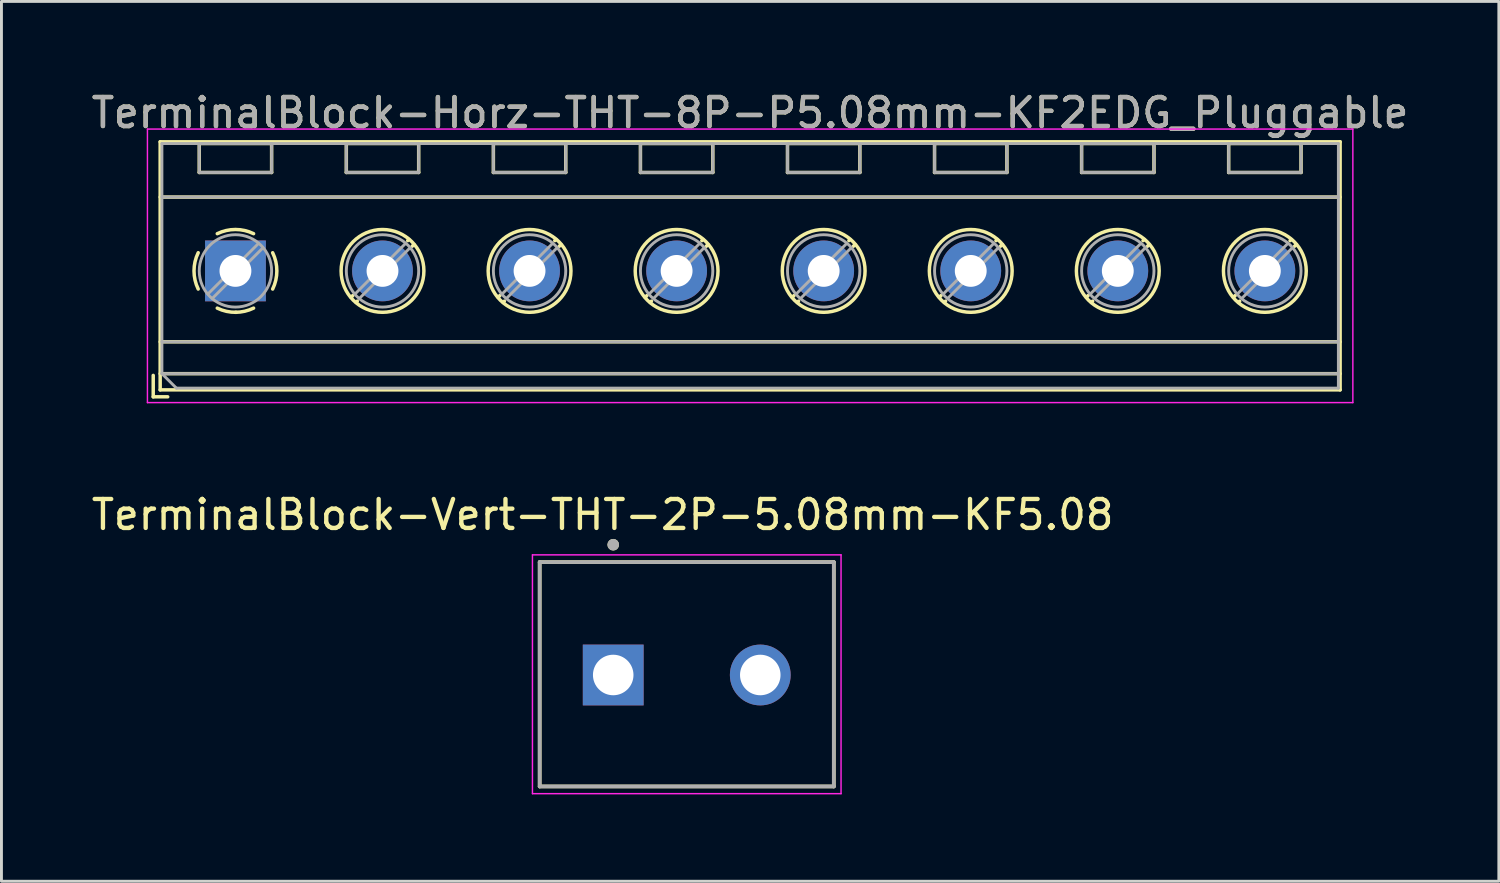
<source format=kicad_pcb>
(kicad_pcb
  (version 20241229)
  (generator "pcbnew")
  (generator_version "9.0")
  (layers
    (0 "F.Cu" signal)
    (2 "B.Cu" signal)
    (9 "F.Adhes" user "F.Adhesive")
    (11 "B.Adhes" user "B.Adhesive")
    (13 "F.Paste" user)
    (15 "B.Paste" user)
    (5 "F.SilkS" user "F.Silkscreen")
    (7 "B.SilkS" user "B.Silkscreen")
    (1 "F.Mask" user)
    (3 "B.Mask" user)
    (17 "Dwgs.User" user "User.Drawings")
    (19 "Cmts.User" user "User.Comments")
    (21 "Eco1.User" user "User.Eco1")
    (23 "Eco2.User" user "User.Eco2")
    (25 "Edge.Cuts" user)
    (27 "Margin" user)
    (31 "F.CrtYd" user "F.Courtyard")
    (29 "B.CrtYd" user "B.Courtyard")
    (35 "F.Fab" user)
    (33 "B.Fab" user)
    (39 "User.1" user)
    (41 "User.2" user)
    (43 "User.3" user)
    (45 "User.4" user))
  (footprint "TerminalBlock-Vert-THT-2P-5.08mm-KF5.08"
    (layer "F.Cu")
    (at 20.673 20.267)
    (property "Reference" "TerminalBlock-Vert-THT-2P-5.08mm-KF5.08" (at -2.905 -5.535 0) (layer "F.SilkS") (effects (font (size 1 1) (thickness 0.15))))
    (attr through_hole)
    (fp_line (start -5.08 -3.9) (end 5.08 -3.9) (stroke (width 0.127) (type solid)) (layer "F.SilkS"))
    (fp_line (start -5.08 3.85) (end -5.08 -3.9) (stroke (width 0.127) (type solid)) (layer "F.SilkS"))
    (fp_line (start 5.08 -3.9) (end 5.08 3.85) (stroke (width 0.127) (type solid)) (layer "F.SilkS"))
    (fp_line (start 5.08 3.85) (end -5.08 3.85) (stroke (width 0.127) (type solid)) (layer "F.SilkS"))
    (fp_circle (center -2.54 -4.5) (end -2.44 -4.5) (stroke (width 0.2) (type solid)) (fill no) (layer "F.SilkS"))
    (fp_line (start -5.33 -4.15) (end 5.33 -4.15) (stroke (width 0.05) (type solid)) (layer "F.CrtYd"))
    (fp_line (start -5.33 4.1) (end -5.33 -4.15) (stroke (width 0.05) (type solid)) (layer "F.CrtYd"))
    (fp_line (start 5.33 -4.15) (end 5.33 4.1) (stroke (width 0.05) (type solid)) (layer "F.CrtYd"))
    (fp_line (start 5.33 4.1) (end -5.33 4.1) (stroke (width 0.05) (type solid)) (layer "F.CrtYd"))
    (fp_line (start -5.08 -3.9) (end 5.08 -3.9) (stroke (width 0.127) (type solid)) (layer "F.Fab"))
    (fp_line (start -5.08 3.85) (end -5.08 -3.9) (stroke (width 0.127) (type solid)) (layer "F.Fab"))
    (fp_line (start 5.08 -3.9) (end 5.08 3.85) (stroke (width 0.127) (type solid)) (layer "F.Fab"))
    (fp_line (start 5.08 3.85) (end -5.08 3.85) (stroke (width 0.127) (type solid)) (layer "F.Fab"))
    (fp_circle (center -2.54 -4.5) (end -2.44 -4.5) (stroke (width 0.2) (type solid)) (fill no) (layer "F.Fab"))
    (pad "1" thru_hole rect (at -2.54 0) (size 2.1 2.1) (drill 1.4) (layers "*.Cu" "*.Mask"))
    (pad "2" thru_hole circle (at 2.54 0) (size 2.1 2.1) (drill 1.4) (layers "*.Cu" "*.Mask")))
  (footprint "TerminalBlock-Horz-THT-8P-P5.08mm-KF2EDG_Pluggable"
    (layer "F.Cu")
    (at 5.083 6.308)
    (property "Reference" "TerminalBlock-Horz-THT-8P-P5.08mm-KF2EDG_Pluggable" (at 17.78 -5.46 0) (layer "F.SilkS") (effects (font (size 1 1) (thickness 0.15))))
    (attr through_hole)
    (fp_line (start -2.84 3.61) (end -2.84 4.35) (stroke (width 0.12) (type solid)) (layer "F.SilkS"))
    (fp_line (start -2.84 4.35) (end -2.34 4.35) (stroke (width 0.12) (type solid)) (layer "F.SilkS"))
    (fp_line (start -2.6 -4.46) (end -2.6 4.11) (stroke (width 0.12) (type solid)) (layer "F.SilkS"))
    (fp_line (start -2.6 -4.46) (end 38.16 -4.46) (stroke (width 0.12) (type solid)) (layer "F.SilkS"))
    (fp_line (start -2.6 -2.55) (end 38.16 -2.55) (stroke (width 0.12) (type solid)) (layer "F.SilkS"))
    (fp_line (start -2.6 2.45) (end 38.16 2.45) (stroke (width 0.12) (type solid)) (layer "F.SilkS"))
    (fp_line (start -2.6 3.55) (end 38.16 3.55) (stroke (width 0.12) (type solid)) (layer "F.SilkS"))
    (fp_line (start -2.6 4.11) (end 38.16 4.11) (stroke (width 0.12) (type solid)) (layer "F.SilkS"))
    (fp_line (start -1.25 -4.4) (end -1.25 -3.4) (stroke (width 0.12) (type solid)) (layer "F.SilkS"))
    (fp_line (start -1.25 -4.4) (end 1.25 -4.4) (stroke (width 0.12) (type solid)) (layer "F.SilkS"))
    (fp_line (start -1.25 -3.4) (end 1.25 -3.4) (stroke (width 0.12) (type solid)) (layer "F.SilkS"))
    (fp_line (start 1.25 -4.4) (end 1.25 -3.4) (stroke (width 0.12) (type solid)) (layer "F.SilkS"))
    (fp_line (start 3.83 -4.4) (end 3.83 -3.4) (stroke (width 0.12) (type solid)) (layer "F.SilkS"))
    (fp_line (start 3.83 -4.4) (end 6.33 -4.4) (stroke (width 0.12) (type solid)) (layer "F.SilkS"))
    (fp_line (start 3.83 -3.4) (end 6.33 -3.4) (stroke (width 0.12) (type solid)) (layer "F.SilkS"))
    (fp_line (start 4.056 0.85) (end 3.996 0.91) (stroke (width 0.12) (type solid)) (layer "F.SilkS"))
    (fp_line (start 4.21 1.045) (end 4.17 1.085) (stroke (width 0.12) (type solid)) (layer "F.SilkS"))
    (fp_line (start 5.991 -1.085) (end 5.951 -1.045) (stroke (width 0.12) (type solid)) (layer "F.SilkS"))
    (fp_line (start 6.165 -0.91) (end 6.105 -0.851) (stroke (width 0.12) (type solid)) (layer "F.SilkS"))
    (fp_line (start 6.33 -4.4) (end 6.33 -3.4) (stroke (width 0.12) (type solid)) (layer "F.SilkS"))
    (fp_line (start 8.91 -4.4) (end 8.91 -3.4) (stroke (width 0.12) (type solid)) (layer "F.SilkS"))
    (fp_line (start 8.91 -4.4) (end 11.41 -4.4) (stroke (width 0.12) (type solid)) (layer "F.SilkS"))
    (fp_line (start 8.91 -3.4) (end 11.41 -3.4) (stroke (width 0.12) (type solid)) (layer "F.SilkS"))
    (fp_line (start 9.136 0.85) (end 9.076 0.91) (stroke (width 0.12) (type solid)) (layer "F.SilkS"))
    (fp_line (start 9.29 1.045) (end 9.25 1.085) (stroke (width 0.12) (type solid)) (layer "F.SilkS"))
    (fp_line (start 11.071 -1.085) (end 11.031 -1.045) (stroke (width 0.12) (type solid)) (layer "F.SilkS"))
    (fp_line (start 11.245 -0.91) (end 11.185 -0.851) (stroke (width 0.12) (type solid)) (layer "F.SilkS"))
    (fp_line (start 11.41 -4.4) (end 11.41 -3.4) (stroke (width 0.12) (type solid)) (layer "F.SilkS"))
    (fp_line (start 13.99 -4.4) (end 13.99 -3.4) (stroke (width 0.12) (type solid)) (layer "F.SilkS"))
    (fp_line (start 13.99 -4.4) (end 16.49 -4.4) (stroke (width 0.12) (type solid)) (layer "F.SilkS"))
    (fp_line (start 13.99 -3.4) (end 16.49 -3.4) (stroke (width 0.12) (type solid)) (layer "F.SilkS"))
    (fp_line (start 14.216 0.85) (end 14.156 0.91) (stroke (width 0.12) (type solid)) (layer "F.SilkS"))
    (fp_line (start 14.37 1.045) (end 14.33 1.085) (stroke (width 0.12) (type solid)) (layer "F.SilkS"))
    (fp_line (start 16.151 -1.085) (end 16.111 -1.045) (stroke (width 0.12) (type solid)) (layer "F.SilkS"))
    (fp_line (start 16.325 -0.91) (end 16.265 -0.851) (stroke (width 0.12) (type solid)) (layer "F.SilkS"))
    (fp_line (start 16.49 -4.4) (end 16.49 -3.4) (stroke (width 0.12) (type solid)) (layer "F.SilkS"))
    (fp_line (start 19.07 -4.4) (end 19.07 -3.4) (stroke (width 0.12) (type solid)) (layer "F.SilkS"))
    (fp_line (start 19.07 -4.4) (end 21.57 -4.4) (stroke (width 0.12) (type solid)) (layer "F.SilkS"))
    (fp_line (start 19.07 -3.4) (end 21.57 -3.4) (stroke (width 0.12) (type solid)) (layer "F.SilkS"))
    (fp_line (start 19.296 0.85) (end 19.236 0.91) (stroke (width 0.12) (type solid)) (layer "F.SilkS"))
    (fp_line (start 19.45 1.045) (end 19.41 1.085) (stroke (width 0.12) (type solid)) (layer "F.SilkS"))
    (fp_line (start 21.231 -1.085) (end 21.191 -1.045) (stroke (width 0.12) (type solid)) (layer "F.SilkS"))
    (fp_line (start 21.405 -0.91) (end 21.345 -0.851) (stroke (width 0.12) (type solid)) (layer "F.SilkS"))
    (fp_line (start 21.57 -4.4) (end 21.57 -3.4) (stroke (width 0.12) (type solid)) (layer "F.SilkS"))
    (fp_line (start 24.15 -4.4) (end 24.15 -3.4) (stroke (width 0.12) (type solid)) (layer "F.SilkS"))
    (fp_line (start 24.15 -4.4) (end 26.65 -4.4) (stroke (width 0.12) (type solid)) (layer "F.SilkS"))
    (fp_line (start 24.15 -3.4) (end 26.65 -3.4) (stroke (width 0.12) (type solid)) (layer "F.SilkS"))
    (fp_line (start 24.376 0.85) (end 24.316 0.91) (stroke (width 0.12) (type solid)) (layer "F.SilkS"))
    (fp_line (start 24.53 1.045) (end 24.49 1.085) (stroke (width 0.12) (type solid)) (layer "F.SilkS"))
    (fp_line (start 26.311 -1.085) (end 26.271 -1.045) (stroke (width 0.12) (type solid)) (layer "F.SilkS"))
    (fp_line (start 26.485 -0.91) (end 26.425 -0.851) (stroke (width 0.12) (type solid)) (layer "F.SilkS"))
    (fp_line (start 26.65 -4.4) (end 26.65 -3.4) (stroke (width 0.12) (type solid)) (layer "F.SilkS"))
    (fp_line (start 29.23 -4.4) (end 29.23 -3.4) (stroke (width 0.12) (type solid)) (layer "F.SilkS"))
    (fp_line (start 29.23 -4.4) (end 31.73 -4.4) (stroke (width 0.12) (type solid)) (layer "F.SilkS"))
    (fp_line (start 29.23 -3.4) (end 31.73 -3.4) (stroke (width 0.12) (type solid)) (layer "F.SilkS"))
    (fp_line (start 29.456 0.85) (end 29.396 0.91) (stroke (width 0.12) (type solid)) (layer "F.SilkS"))
    (fp_line (start 29.61 1.045) (end 29.57 1.085) (stroke (width 0.12) (type solid)) (layer "F.SilkS"))
    (fp_line (start 31.391 -1.085) (end 31.351 -1.045) (stroke (width 0.12) (type solid)) (layer "F.SilkS"))
    (fp_line (start 31.565 -0.91) (end 31.505 -0.851) (stroke (width 0.12) (type solid)) (layer "F.SilkS"))
    (fp_line (start 31.73 -4.4) (end 31.73 -3.4) (stroke (width 0.12) (type solid)) (layer "F.SilkS"))
    (fp_line (start 34.31 -4.4) (end 34.31 -3.4) (stroke (width 0.12) (type solid)) (layer "F.SilkS"))
    (fp_line (start 34.31 -4.4) (end 36.81 -4.4) (stroke (width 0.12) (type solid)) (layer "F.SilkS"))
    (fp_line (start 34.31 -3.4) (end 36.81 -3.4) (stroke (width 0.12) (type solid)) (layer "F.SilkS"))
    (fp_line (start 34.536 0.85) (end 34.476 0.91) (stroke (width 0.12) (type solid)) (layer "F.SilkS"))
    (fp_line (start 34.69 1.045) (end 34.65 1.085) (stroke (width 0.12) (type solid)) (layer "F.SilkS"))
    (fp_line (start 36.471 -1.085) (end 36.431 -1.045) (stroke (width 0.12) (type solid)) (layer "F.SilkS"))
    (fp_line (start 36.645 -0.91) (end 36.585 -0.851) (stroke (width 0.12) (type solid)) (layer "F.SilkS"))
    (fp_line (start 36.81 -4.4) (end 36.81 -3.4) (stroke (width 0.12) (type solid)) (layer "F.SilkS"))
    (fp_line (start 38.16 -4.46) (end 38.16 4.11) (stroke (width 0.12) (type solid)) (layer "F.SilkS"))
    (fp_arc (start -1.286611 0.626746) (mid -1.431146 -0.000697) (end -1.286 -0.628) (stroke (width 0.12) (type solid)) (layer "F.SilkS"))
    (fp_arc (start -0.627362 -1.285823) (mid -0.000201 -1.430707) (end 0.627 -1.286) (stroke (width 0.12) (type solid)) (layer "F.SilkS"))
    (fp_arc (start 0.02428 1.43094) (mid -0.310437 1.397071) (end -0.628 1.286) (stroke (width 0.12) (type solid)) (layer "F.SilkS"))
    (fp_arc (start 0.626871 1.285275) (mid 0.32168 1.393349) (end 0 1.43) (stroke (width 0.12) (type solid)) (layer "F.SilkS"))
    (fp_arc (start 1.285823 -0.627362) (mid 1.430707 -0.000201) (end 1.286 0.627) (stroke (width 0.12) (type solid)) (layer "F.SilkS"))
    (fp_circle (center 5.08 0) (end 6.51 0) (stroke (width 0.12) (type solid)) (fill no) (layer "F.SilkS"))
    (fp_circle (center 10.16 0) (end 11.59 0) (stroke (width 0.12) (type solid)) (fill no) (layer "F.SilkS"))
    (fp_circle (center 15.24 0) (end 16.67 0) (stroke (width 0.12) (type solid)) (fill no) (layer "F.SilkS"))
    (fp_circle (center 20.32 0) (end 21.75 0) (stroke (width 0.12) (type solid)) (fill no) (layer "F.SilkS"))
    (fp_circle (center 25.4 0) (end 26.83 0) (stroke (width 0.12) (type solid)) (fill no) (layer "F.SilkS"))
    (fp_circle (center 30.48 0) (end 31.91 0) (stroke (width 0.12) (type solid)) (fill no) (layer "F.SilkS"))
    (fp_circle (center 35.56 0) (end 36.99 0) (stroke (width 0.12) (type solid)) (fill no) (layer "F.SilkS"))
    (fp_line (start -3.04 -4.9) (end -3.04 4.55) (stroke (width 0.05) (type solid)) (layer "F.CrtYd"))
    (fp_line (start -3.04 4.55) (end 38.6 4.55) (stroke (width 0.05) (type solid)) (layer "F.CrtYd"))
    (fp_line (start 38.6 -4.9) (end -3.04 -4.9) (stroke (width 0.05) (type solid)) (layer "F.CrtYd"))
    (fp_line (start 38.6 4.55) (end 38.6 -4.9) (stroke (width 0.05) (type solid)) (layer "F.CrtYd"))
    (fp_line (start -2.54 -4.4) (end 38.1 -4.4) (stroke (width 0.1) (type solid)) (layer "F.Fab"))
    (fp_line (start -2.54 -2.55) (end 38.1 -2.55) (stroke (width 0.1) (type solid)) (layer "F.Fab"))
    (fp_line (start -2.54 2.45) (end 38.1 2.45) (stroke (width 0.1) (type solid)) (layer "F.Fab"))
    (fp_line (start -2.54 3.55) (end -2.54 -4.4) (stroke (width 0.1) (type solid)) (layer "F.Fab"))
    (fp_line (start -2.54 3.55) (end 38.1 3.55) (stroke (width 0.1) (type solid)) (layer "F.Fab"))
    (fp_line (start -2.04 4.05) (end -2.54 3.55) (stroke (width 0.1) (type solid)) (layer "F.Fab"))
    (fp_line (start -1.25 -4.4) (end -1.25 -3.4) (stroke (width 0.1) (type solid)) (layer "F.Fab"))
    (fp_line (start -1.25 -3.4) (end 1.25 -3.4) (stroke (width 0.1) (type solid)) (layer "F.Fab"))
    (fp_line (start 0.796 -0.948) (end -0.949 0.796) (stroke (width 0.1) (type solid)) (layer "F.Fab"))
    (fp_line (start 0.949 -0.796) (end -0.796 0.948) (stroke (width 0.1) (type solid)) (layer "F.Fab"))
    (fp_line (start 1.25 -4.4) (end -1.25 -4.4) (stroke (width 0.1) (type solid)) (layer "F.Fab"))
    (fp_line (start 1.25 -3.4) (end 1.25 -4.4) (stroke (width 0.1) (type solid)) (layer "F.Fab"))
    (fp_line (start 3.83 -4.4) (end 3.83 -3.4) (stroke (width 0.1) (type solid)) (layer "F.Fab"))
    (fp_line (start 3.83 -3.4) (end 6.33 -3.4) (stroke (width 0.1) (type solid)) (layer "F.Fab"))
    (fp_line (start 5.876 -0.948) (end 4.132 0.796) (stroke (width 0.1) (type solid)) (layer "F.Fab"))
    (fp_line (start 6.029 -0.796) (end 4.285 0.948) (stroke (width 0.1) (type solid)) (layer "F.Fab"))
    (fp_line (start 6.33 -4.4) (end 3.83 -4.4) (stroke (width 0.1) (type solid)) (layer "F.Fab"))
    (fp_line (start 6.33 -3.4) (end 6.33 -4.4) (stroke (width 0.1) (type solid)) (layer "F.Fab"))
    (fp_line (start 8.91 -4.4) (end 8.91 -3.4) (stroke (width 0.1) (type solid)) (layer "F.Fab"))
    (fp_line (start 8.91 -3.4) (end 11.41 -3.4) (stroke (width 0.1) (type solid)) (layer "F.Fab"))
    (fp_line (start 10.956 -0.948) (end 9.212 0.796) (stroke (width 0.1) (type solid)) (layer "F.Fab"))
    (fp_line (start 11.109 -0.796) (end 9.365 0.948) (stroke (width 0.1) (type solid)) (layer "F.Fab"))
    (fp_line (start 11.41 -4.4) (end 8.91 -4.4) (stroke (width 0.1) (type solid)) (layer "F.Fab"))
    (fp_line (start 11.41 -3.4) (end 11.41 -4.4) (stroke (width 0.1) (type solid)) (layer "F.Fab"))
    (fp_line (start 13.99 -4.4) (end 13.99 -3.4) (stroke (width 0.1) (type solid)) (layer "F.Fab"))
    (fp_line (start 13.99 -3.4) (end 16.49 -3.4) (stroke (width 0.1) (type solid)) (layer "F.Fab"))
    (fp_line (start 16.036 -0.948) (end 14.292 0.796) (stroke (width 0.1) (type solid)) (layer "F.Fab"))
    (fp_line (start 16.189 -0.796) (end 14.445 0.948) (stroke (width 0.1) (type solid)) (layer "F.Fab"))
    (fp_line (start 16.49 -4.4) (end 13.99 -4.4) (stroke (width 0.1) (type solid)) (layer "F.Fab"))
    (fp_line (start 16.49 -3.4) (end 16.49 -4.4) (stroke (width 0.1) (type solid)) (layer "F.Fab"))
    (fp_line (start 19.07 -4.4) (end 19.07 -3.4) (stroke (width 0.1) (type solid)) (layer "F.Fab"))
    (fp_line (start 19.07 -3.4) (end 21.57 -3.4) (stroke (width 0.1) (type solid)) (layer "F.Fab"))
    (fp_line (start 21.116 -0.948) (end 19.372 0.796) (stroke (width 0.1) (type solid)) (layer "F.Fab"))
    (fp_line (start 21.269 -0.796) (end 19.525 0.948) (stroke (width 0.1) (type solid)) (layer "F.Fab"))
    (fp_line (start 21.57 -4.4) (end 19.07 -4.4) (stroke (width 0.1) (type solid)) (layer "F.Fab"))
    (fp_line (start 21.57 -3.4) (end 21.57 -4.4) (stroke (width 0.1) (type solid)) (layer "F.Fab"))
    (fp_line (start 24.15 -4.4) (end 24.15 -3.4) (stroke (width 0.1) (type solid)) (layer "F.Fab"))
    (fp_line (start 24.15 -3.4) (end 26.65 -3.4) (stroke (width 0.1) (type solid)) (layer "F.Fab"))
    (fp_line (start 26.196 -0.948) (end 24.452 0.796) (stroke (width 0.1) (type solid)) (layer "F.Fab"))
    (fp_line (start 26.349 -0.796) (end 24.605 0.948) (stroke (width 0.1) (type solid)) (layer "F.Fab"))
    (fp_line (start 26.65 -4.4) (end 24.15 -4.4) (stroke (width 0.1) (type solid)) (layer "F.Fab"))
    (fp_line (start 26.65 -3.4) (end 26.65 -4.4) (stroke (width 0.1) (type solid)) (layer "F.Fab"))
    (fp_line (start 29.23 -4.4) (end 29.23 -3.4) (stroke (width 0.1) (type solid)) (layer "F.Fab"))
    (fp_line (start 29.23 -3.4) (end 31.73 -3.4) (stroke (width 0.1) (type solid)) (layer "F.Fab"))
    (fp_line (start 31.276 -0.948) (end 29.532 0.796) (stroke (width 0.1) (type solid)) (layer "F.Fab"))
    (fp_line (start 31.429 -0.796) (end 29.685 0.948) (stroke (width 0.1) (type solid)) (layer "F.Fab"))
    (fp_line (start 31.73 -4.4) (end 29.23 -4.4) (stroke (width 0.1) (type solid)) (layer "F.Fab"))
    (fp_line (start 31.73 -3.4) (end 31.73 -4.4) (stroke (width 0.1) (type solid)) (layer "F.Fab"))
    (fp_line (start 34.31 -4.4) (end 34.31 -3.4) (stroke (width 0.1) (type solid)) (layer "F.Fab"))
    (fp_line (start 34.31 -3.4) (end 36.81 -3.4) (stroke (width 0.1) (type solid)) (layer "F.Fab"))
    (fp_line (start 36.356 -0.948) (end 34.612 0.796) (stroke (width 0.1) (type solid)) (layer "F.Fab"))
    (fp_line (start 36.509 -0.796) (end 34.765 0.948) (stroke (width 0.1) (type solid)) (layer "F.Fab"))
    (fp_line (start 36.81 -4.4) (end 34.31 -4.4) (stroke (width 0.1) (type solid)) (layer "F.Fab"))
    (fp_line (start 36.81 -3.4) (end 36.81 -4.4) (stroke (width 0.1) (type solid)) (layer "F.Fab"))
    (fp_line (start 38.1 -4.4) (end 38.1 4.05) (stroke (width 0.1) (type solid)) (layer "F.Fab"))
    (fp_line (start 38.1 4.05) (end -2.04 4.05) (stroke (width 0.1) (type solid)) (layer "F.Fab"))
    (fp_circle (center 0 0) (end 1.25 0) (stroke (width 0.1) (type solid)) (fill no) (layer "F.Fab"))
    (fp_circle (center 5.08 0) (end 6.33 0) (stroke (width 0.1) (type solid)) (fill no) (layer "F.Fab"))
    (fp_circle (center 10.16 0) (end 11.41 0) (stroke (width 0.1) (type solid)) (fill no) (layer "F.Fab"))
    (fp_circle (center 15.24 0) (end 16.49 0) (stroke (width 0.1) (type solid)) (fill no) (layer "F.Fab"))
    (fp_circle (center 20.32 0) (end 21.57 0) (stroke (width 0.1) (type solid)) (fill no) (layer "F.Fab"))
    (fp_circle (center 25.4 0) (end 26.65 0) (stroke (width 0.1) (type solid)) (fill no) (layer "F.Fab"))
    (fp_circle (center 30.48 0) (end 31.73 0) (stroke (width 0.1) (type solid)) (fill no) (layer "F.Fab"))
    (fp_circle (center 35.56 0) (end 36.81 0) (stroke (width 0.1) (type solid)) (fill no) (layer "F.Fab"))
    (fp_text user "${REFERENCE}" (at 17.78 -5.46 0) (layer "F.Fab") (effects (font (size 1 1) (thickness 0.15))))
    (pad "1" thru_hole rect (at 0 0) (size 2.1 2.1) (drill 1.1) (layers "*.Cu" "*.Mask"))
    (pad "2" thru_hole circle (at 5.08 0) (size 2.1 2.1) (drill 1.1) (layers "*.Cu" "*.Mask"))
    (pad "3" thru_hole circle (at 10.16 0) (size 2.1 2.1) (drill 1.1) (layers "*.Cu" "*.Mask"))
    (pad "4" thru_hole circle (at 15.24 0) (size 2.1 2.1) (drill 1.1) (layers "*.Cu" "*.Mask"))
    (pad "5" thru_hole circle (at 20.32 0) (size 2.1 2.1) (drill 1.1) (layers "*.Cu" "*.Mask"))
    (pad "6" thru_hole circle (at 25.4 0) (size 2.1 2.1) (drill 1.1) (layers "*.Cu" "*.Mask"))
    (pad "7" thru_hole circle (at 30.48 0) (size 2.1 2.1) (drill 1.1) (layers "*.Cu" "*.Mask"))
    (pad "8" thru_hole circle (at 35.56 0) (size 2.1 2.1) (drill 1.1) (layers "*.Cu" "*.Mask")))
  (gr_rect
    (start -3 -3)
    (end 48.726 27.392)
    (stroke (width 0.1) (type default))
    (fill no)
    (layer "Edge.Cuts")))
</source>
